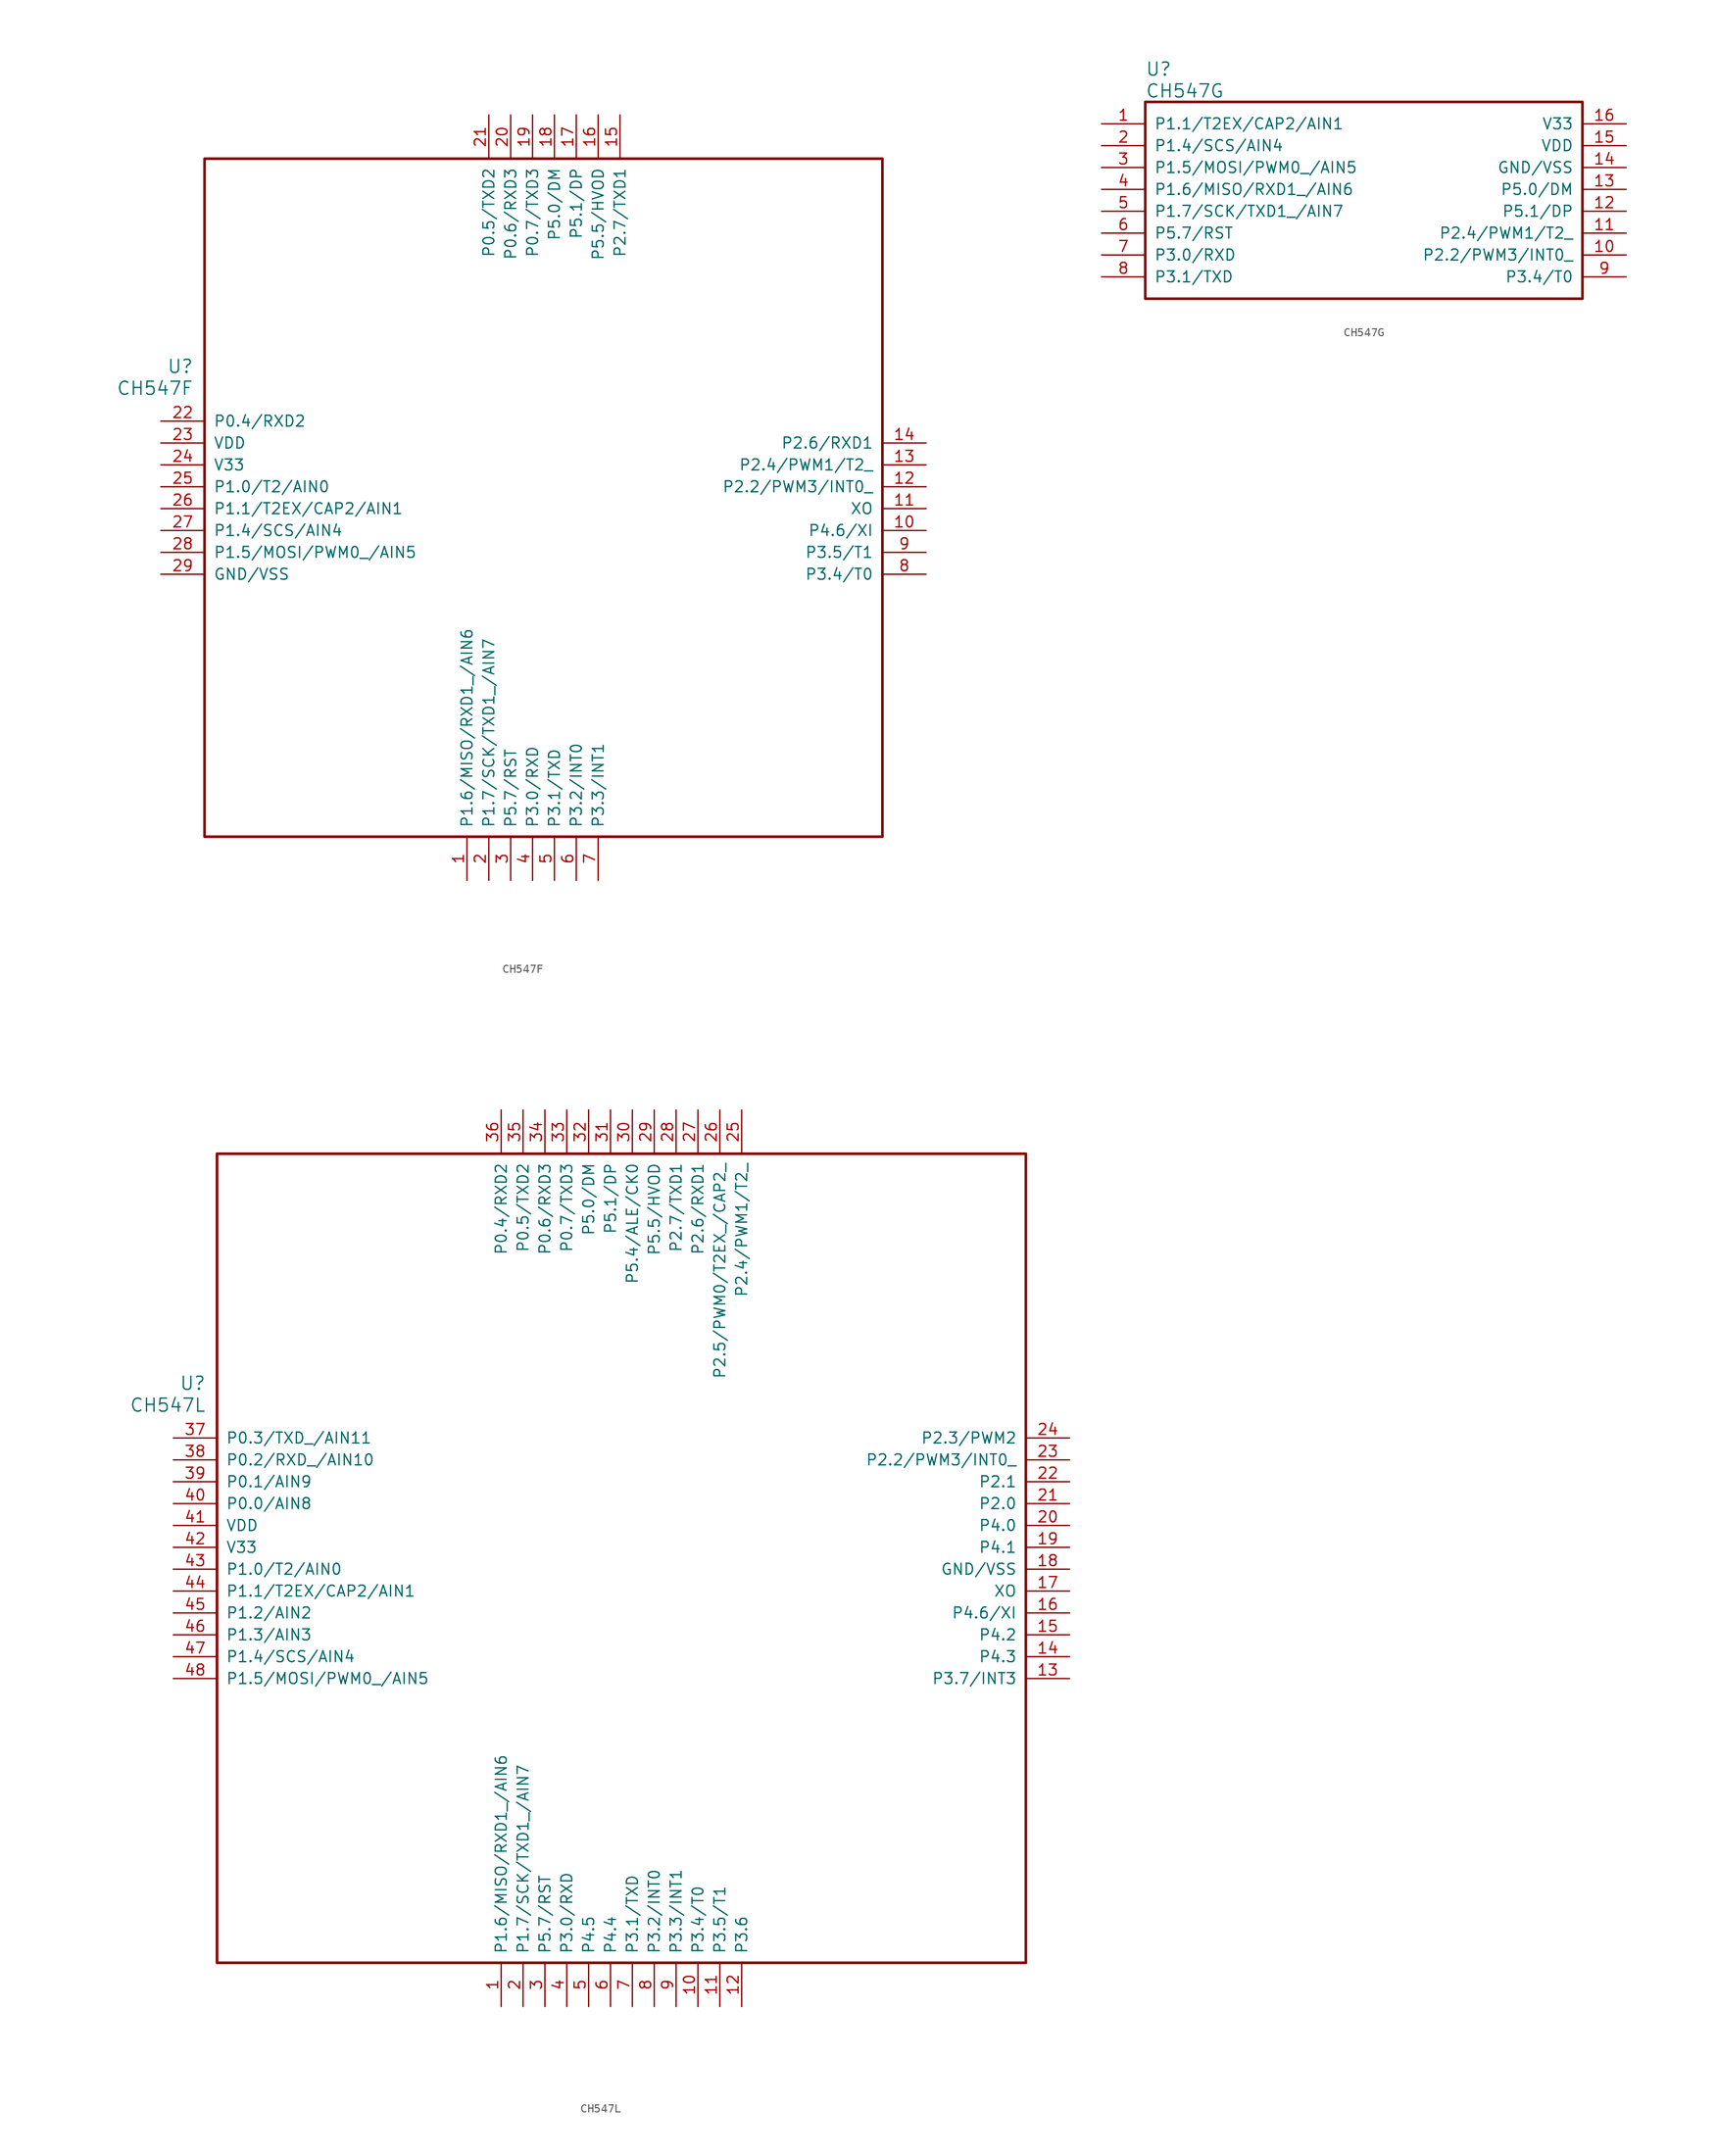
<source format=kicad_sym>
(kicad_symbol_lib
  (version 20240819)
  (generator "kicad_symbol_editor")
  (generator_version "8.99")
  (symbol "CH547F"
    (pin_names
      (offset 1.016))
    (property "Reference" "U"
      (at 3.81 6.35 0)
      (effects (font (size 1.524 1.524)) (justify right)))
    (property "Value" "CH547F"
      (at 3.81 3.81 0)
      (effects (font (size 1.524 1.524)) (justify right)))
    (property "ki_locked" ""
      (at 0 0 0)
      (effects (font (size 1.27 1.27))))
    (symbol "CH547F_1_1"
      (rectangle (start 5.08 30.48) (end 83.82 -48.26) (stroke (width 0.305) (type solid)) (fill (type none)))
      (pin bidirectional line (at 0 0 0) (length 5.08) (name "P0.4/RXD2" (effects (font (size 1.27 1.27)))) (number "22" (effects (font (size 1.27 1.27)))))
      (pin power_in line (at 0 -2.54 0) (length 5.08) (name "VDD" (effects (font (size 1.27 1.27)))) (number "23" (effects (font (size 1.27 1.27)))))
      (pin power_in line (at 0 -5.08 0) (length 5.08) (name "V33" (effects (font (size 1.27 1.27)))) (number "24" (effects (font (size 1.27 1.27)))))
      (pin bidirectional line (at 0 -7.62 0) (length 5.08) (name "P1.0/T2/AIN0" (effects (font (size 1.27 1.27)))) (number "25" (effects (font (size 1.27 1.27)))))
      (pin bidirectional line (at 0 -10.16 0) (length 5.08) (name "P1.1/T2EX/CAP2/AIN1" (effects (font (size 1.27 1.27)))) (number "26" (effects (font (size 1.27 1.27)))))
      (pin bidirectional line (at 0 -12.7 0) (length 5.08) (name "P1.4/SCS/AIN4" (effects (font (size 1.27 1.27)))) (number "27" (effects (font (size 1.27 1.27)))))
      (pin bidirectional line (at 0 -15.24 0) (length 5.08) (name "P1.5/MOSI/PWM0_/AIN5" (effects (font (size 1.27 1.27)))) (number "28" (effects (font (size 1.27 1.27)))))
      (pin power_in line (at 0 -17.78 0) (length 5.08) (name "GND/VSS" (effects (font (size 1.27 1.27)))) (number "29" (effects (font (size 1.27 1.27)))))
      (pin bidirectional line (at 35.56 -53.34 90) (length 5.08) (name "P1.6/MISO/RXD1_/AIN6" (effects (font (size 1.27 1.27)))) (number "1" (effects (font (size 1.27 1.27)))))
      (pin bidirectional line (at 38.1 35.56 270) (length 5.08) (name "P0.5/TXD2" (effects (font (size 1.27 1.27)))) (number "21" (effects (font (size 1.27 1.27)))))
      (pin bidirectional line (at 38.1 -53.34 90) (length 5.08) (name "P1.7/SCK/TXD1_/AIN7" (effects (font (size 1.27 1.27)))) (number "2" (effects (font (size 1.27 1.27)))))
      (pin bidirectional line (at 40.64 35.56 270) (length 5.08) (name "P0.6/RXD3" (effects (font (size 1.27 1.27)))) (number "20" (effects (font (size 1.27 1.27)))))
      (pin bidirectional line (at 40.64 -53.34 90) (length 5.08) (name "P5.7/RST" (effects (font (size 1.27 1.27)))) (number "3" (effects (font (size 1.27 1.27)))))
      (pin bidirectional line (at 43.18 35.56 270) (length 5.08) (name "P0.7/TXD3" (effects (font (size 1.27 1.27)))) (number "19" (effects (font (size 1.27 1.27)))))
      (pin bidirectional line (at 43.18 -53.34 90) (length 5.08) (name "P3.0/RXD" (effects (font (size 1.27 1.27)))) (number "4" (effects (font (size 1.27 1.27)))))
      (pin bidirectional line (at 45.72 35.56 270) (length 5.08) (name "P5.0/DM" (effects (font (size 1.27 1.27)))) (number "18" (effects (font (size 1.27 1.27)))))
      (pin bidirectional line (at 45.72 -53.34 90) (length 5.08) (name "P3.1/TXD" (effects (font (size 1.27 1.27)))) (number "5" (effects (font (size 1.27 1.27)))))
      (pin bidirectional line (at 48.26 35.56 270) (length 5.08) (name "P5.1/DP" (effects (font (size 1.27 1.27)))) (number "17" (effects (font (size 1.27 1.27)))))
      (pin bidirectional line (at 48.26 -53.34 90) (length 5.08) (name "P3.2/INT0" (effects (font (size 1.27 1.27)))) (number "6" (effects (font (size 1.27 1.27)))))
      (pin bidirectional line (at 50.8 35.56 270) (length 5.08) (name "P5.5/HVOD" (effects (font (size 1.27 1.27)))) (number "16" (effects (font (size 1.27 1.27)))))
      (pin bidirectional line (at 50.8 -53.34 90) (length 5.08) (name "P3.3/INT1" (effects (font (size 1.27 1.27)))) (number "7" (effects (font (size 1.27 1.27)))))
      (pin bidirectional line (at 53.34 35.56 270) (length 5.08) (name "P2.7/TXD1" (effects (font (size 1.27 1.27)))) (number "15" (effects (font (size 1.27 1.27)))))
      (pin bidirectional line (at 88.9 -2.54 180) (length 5.08) (name "P2.6/RXD1" (effects (font (size 1.27 1.27)))) (number "14" (effects (font (size 1.27 1.27)))))
      (pin bidirectional line (at 88.9 -5.08 180) (length 5.08) (name "P2.4/PWM1/T2_" (effects (font (size 1.27 1.27)))) (number "13" (effects (font (size 1.27 1.27)))))
      (pin bidirectional line (at 88.9 -7.62 180) (length 5.08) (name "P2.2/PWM3/INT0_" (effects (font (size 1.27 1.27)))) (number "12" (effects (font (size 1.27 1.27)))))
      (pin bidirectional line (at 88.9 -10.16 180) (length 5.08) (name "XO" (effects (font (size 1.27 1.27)))) (number "11" (effects (font (size 1.27 1.27)))))
      (pin bidirectional line (at 88.9 -12.7 180) (length 5.08) (name "P4.6/XI" (effects (font (size 1.27 1.27)))) (number "10" (effects (font (size 1.27 1.27)))))
      (pin bidirectional line (at 88.9 -15.24 180) (length 5.08) (name "P3.5/T1" (effects (font (size 1.27 1.27)))) (number "9" (effects (font (size 1.27 1.27)))))
      (pin bidirectional line (at 88.9 -17.78 180) (length 5.08) (name "P3.4/T0" (effects (font (size 1.27 1.27)))) (number "8" (effects (font (size 1.27 1.27)))))))
  (symbol "CH547G"
    (pin_names
      (offset 1.016))
    (property "Reference" "U"
      (at 5.08 6.35 0)
      (effects (font (size 1.524 1.524)) (justify left)))
    (property "Value" "CH547G"
      (at 5.08 3.81 0)
      (effects (font (size 1.524 1.524)) (justify left)))
    (property "ki_locked" ""
      (at 0 0 0)
      (effects (font (size 1.27 1.27))))
    (symbol "CH547G_1_1"
      (rectangle (start 5.08 2.54) (end 55.88 -20.32) (stroke (width 0.305) (type solid)) (fill (type none)))
      (pin bidirectional line (at 0 0 0) (length 5.08) (name "P1.1/T2EX/CAP2/AIN1" (effects (font (size 1.27 1.27)))) (number "1" (effects (font (size 1.27 1.27)))))
      (pin bidirectional line (at 0 -2.54 0) (length 5.08) (name "P1.4/SCS/AIN4" (effects (font (size 1.27 1.27)))) (number "2" (effects (font (size 1.27 1.27)))))
      (pin bidirectional line (at 0 -5.08 0) (length 5.08) (name "P1.5/MOSI/PWM0_/AIN5" (effects (font (size 1.27 1.27)))) (number "3" (effects (font (size 1.27 1.27)))))
      (pin bidirectional line (at 0 -7.62 0) (length 5.08) (name "P1.6/MISO/RXD1_/AIN6" (effects (font (size 1.27 1.27)))) (number "4" (effects (font (size 1.27 1.27)))))
      (pin bidirectional line (at 0 -10.16 0) (length 5.08) (name "P1.7/SCK/TXD1_/AIN7" (effects (font (size 1.27 1.27)))) (number "5" (effects (font (size 1.27 1.27)))))
      (pin bidirectional line (at 0 -12.7 0) (length 5.08) (name "P5.7/RST" (effects (font (size 1.27 1.27)))) (number "6" (effects (font (size 1.27 1.27)))))
      (pin bidirectional line (at 0 -15.24 0) (length 5.08) (name "P3.0/RXD" (effects (font (size 1.27 1.27)))) (number "7" (effects (font (size 1.27 1.27)))))
      (pin bidirectional line (at 0 -17.78 0) (length 5.08) (name "P3.1/TXD" (effects (font (size 1.27 1.27)))) (number "8" (effects (font (size 1.27 1.27)))))
      (pin power_in line (at 60.96 0 180) (length 5.08) (name "V33" (effects (font (size 1.27 1.27)))) (number "16" (effects (font (size 1.27 1.27)))))
      (pin power_in line (at 60.96 -2.54 180) (length 5.08) (name "VDD" (effects (font (size 1.27 1.27)))) (number "15" (effects (font (size 1.27 1.27)))))
      (pin power_in line (at 60.96 -5.08 180) (length 5.08) (name "GND/VSS" (effects (font (size 1.27 1.27)))) (number "14" (effects (font (size 1.27 1.27)))))
      (pin bidirectional line (at 60.96 -7.62 180) (length 5.08) (name "P5.0/DM" (effects (font (size 1.27 1.27)))) (number "13" (effects (font (size 1.27 1.27)))))
      (pin bidirectional line (at 60.96 -10.16 180) (length 5.08) (name "P5.1/DP" (effects (font (size 1.27 1.27)))) (number "12" (effects (font (size 1.27 1.27)))))
      (pin bidirectional line (at 60.96 -12.7 180) (length 5.08) (name "P2.4/PWM1/T2_" (effects (font (size 1.27 1.27)))) (number "11" (effects (font (size 1.27 1.27)))))
      (pin bidirectional line (at 60.96 -15.24 180) (length 5.08) (name "P2.2/PWM3/INT0_" (effects (font (size 1.27 1.27)))) (number "10" (effects (font (size 1.27 1.27)))))
      (pin bidirectional line (at 60.96 -17.78 180) (length 5.08) (name "P3.4/T0" (effects (font (size 1.27 1.27)))) (number "9" (effects (font (size 1.27 1.27)))))))
  (symbol "CH547L"
    (pin_names
      (offset 1.016))
    (property "Reference" "U"
      (at 3.81 6.35 0)
      (effects (font (size 1.524 1.524)) (justify right)))
    (property "Value" "CH547L"
      (at 3.81 3.81 0)
      (effects (font (size 1.524 1.524)) (justify right)))
    (property "ki_locked" ""
      (at 0 0 0)
      (effects (font (size 1.27 1.27))))
    (symbol "CH547L_1_1"
      (rectangle (start 5.08 33.02) (end 99.06 -60.96) (stroke (width 0.305) (type solid)) (fill (type none)))
      (pin bidirectional line (at 0 0 0) (length 5.08) (name "P0.3/TXD_/AIN11" (effects (font (size 1.27 1.27)))) (number "37" (effects (font (size 1.27 1.27)))))
      (pin bidirectional line (at 0 -2.54 0) (length 5.08) (name "P0.2/RXD_/AIN10" (effects (font (size 1.27 1.27)))) (number "38" (effects (font (size 1.27 1.27)))))
      (pin bidirectional line (at 0 -5.08 0) (length 5.08) (name "P0.1/AIN9" (effects (font (size 1.27 1.27)))) (number "39" (effects (font (size 1.27 1.27)))))
      (pin bidirectional line (at 0 -7.62 0) (length 5.08) (name "P0.0/AIN8" (effects (font (size 1.27 1.27)))) (number "40" (effects (font (size 1.27 1.27)))))
      (pin power_in line (at 0 -10.16 0) (length 5.08) (name "VDD" (effects (font (size 1.27 1.27)))) (number "41" (effects (font (size 1.27 1.27)))))
      (pin power_in line (at 0 -12.7 0) (length 5.08) (name "V33" (effects (font (size 1.27 1.27)))) (number "42" (effects (font (size 1.27 1.27)))))
      (pin bidirectional line (at 0 -15.24 0) (length 5.08) (name "P1.0/T2/AIN0" (effects (font (size 1.27 1.27)))) (number "43" (effects (font (size 1.27 1.27)))))
      (pin bidirectional line (at 0 -17.78 0) (length 5.08) (name "P1.1/T2EX/CAP2/AIN1" (effects (font (size 1.27 1.27)))) (number "44" (effects (font (size 1.27 1.27)))))
      (pin bidirectional line (at 0 -20.32 0) (length 5.08) (name "P1.2/AIN2" (effects (font (size 1.27 1.27)))) (number "45" (effects (font (size 1.27 1.27)))))
      (pin bidirectional line (at 0 -22.86 0) (length 5.08) (name "P1.3/AIN3" (effects (font (size 1.27 1.27)))) (number "46" (effects (font (size 1.27 1.27)))))
      (pin bidirectional line (at 0 -25.4 0) (length 5.08) (name "P1.4/SCS/AIN4" (effects (font (size 1.27 1.27)))) (number "47" (effects (font (size 1.27 1.27)))))
      (pin bidirectional line (at 0 -27.94 0) (length 5.08) (name "P1.5/MOSI/PWM0_/AIN5" (effects (font (size 1.27 1.27)))) (number "48" (effects (font (size 1.27 1.27)))))
      (pin bidirectional line (at 38.1 38.1 270) (length 5.08) (name "P0.4/RXD2" (effects (font (size 1.27 1.27)))) (number "36" (effects (font (size 1.27 1.27)))))
      (pin bidirectional line (at 38.1 -66.04 90) (length 5.08) (name "P1.6/MISO/RXD1_/AIN6" (effects (font (size 1.27 1.27)))) (number "1" (effects (font (size 1.27 1.27)))))
      (pin bidirectional line (at 40.64 38.1 270) (length 5.08) (name "P0.5/TXD2" (effects (font (size 1.27 1.27)))) (number "35" (effects (font (size 1.27 1.27)))))
      (pin bidirectional line (at 40.64 -66.04 90) (length 5.08) (name "P1.7/SCK/TXD1_/AIN7" (effects (font (size 1.27 1.27)))) (number "2" (effects (font (size 1.27 1.27)))))
      (pin bidirectional line (at 43.18 38.1 270) (length 5.08) (name "P0.6/RXD3" (effects (font (size 1.27 1.27)))) (number "34" (effects (font (size 1.27 1.27)))))
      (pin bidirectional line (at 43.18 -66.04 90) (length 5.08) (name "P5.7/RST" (effects (font (size 1.27 1.27)))) (number "3" (effects (font (size 1.27 1.27)))))
      (pin bidirectional line (at 45.72 38.1 270) (length 5.08) (name "P0.7/TXD3" (effects (font (size 1.27 1.27)))) (number "33" (effects (font (size 1.27 1.27)))))
      (pin bidirectional line (at 45.72 -66.04 90) (length 5.08) (name "P3.0/RXD" (effects (font (size 1.27 1.27)))) (number "4" (effects (font (size 1.27 1.27)))))
      (pin bidirectional line (at 48.26 38.1 270) (length 5.08) (name "P5.0/DM" (effects (font (size 1.27 1.27)))) (number "32" (effects (font (size 1.27 1.27)))))
      (pin bidirectional line (at 48.26 -66.04 90) (length 5.08) (name "P4.5" (effects (font (size 1.27 1.27)))) (number "5" (effects (font (size 1.27 1.27)))))
      (pin bidirectional line (at 50.8 38.1 270) (length 5.08) (name "P5.1/DP" (effects (font (size 1.27 1.27)))) (number "31" (effects (font (size 1.27 1.27)))))
      (pin bidirectional line (at 50.8 -66.04 90) (length 5.08) (name "P4.4" (effects (font (size 1.27 1.27)))) (number "6" (effects (font (size 1.27 1.27)))))
      (pin bidirectional line (at 53.34 38.1 270) (length 5.08) (name "P5.4/ALE/CK0" (effects (font (size 1.27 1.27)))) (number "30" (effects (font (size 1.27 1.27)))))
      (pin bidirectional line (at 53.34 -66.04 90) (length 5.08) (name "P3.1/TXD" (effects (font (size 1.27 1.27)))) (number "7" (effects (font (size 1.27 1.27)))))
      (pin bidirectional line (at 55.88 38.1 270) (length 5.08) (name "P5.5/HVOD" (effects (font (size 1.27 1.27)))) (number "29" (effects (font (size 1.27 1.27)))))
      (pin bidirectional line (at 55.88 -66.04 90) (length 5.08) (name "P3.2/INT0" (effects (font (size 1.27 1.27)))) (number "8" (effects (font (size 1.27 1.27)))))
      (pin bidirectional line (at 58.42 38.1 270) (length 5.08) (name "P2.7/TXD1" (effects (font (size 1.27 1.27)))) (number "28" (effects (font (size 1.27 1.27)))))
      (pin bidirectional line (at 58.42 -66.04 90) (length 5.08) (name "P3.3/INT1" (effects (font (size 1.27 1.27)))) (number "9" (effects (font (size 1.27 1.27)))))
      (pin bidirectional line (at 60.96 38.1 270) (length 5.08) (name "P2.6/RXD1" (effects (font (size 1.27 1.27)))) (number "27" (effects (font (size 1.27 1.27)))))
      (pin bidirectional line (at 60.96 -66.04 90) (length 5.08) (name "P3.4/T0" (effects (font (size 1.27 1.27)))) (number "10" (effects (font (size 1.27 1.27)))))
      (pin bidirectional line (at 63.5 38.1 270) (length 5.08) (name "P2.5/PWM0/T2EX_/CAP2_" (effects (font (size 1.27 1.27)))) (number "26" (effects (font (size 1.27 1.27)))))
      (pin bidirectional line (at 63.5 -66.04 90) (length 5.08) (name "P3.5/T1" (effects (font (size 1.27 1.27)))) (number "11" (effects (font (size 1.27 1.27)))))
      (pin bidirectional line (at 66.04 38.1 270) (length 5.08) (name "P2.4/PWM1/T2_" (effects (font (size 1.27 1.27)))) (number "25" (effects (font (size 1.27 1.27)))))
      (pin bidirectional line (at 66.04 -66.04 90) (length 5.08) (name "P3.6" (effects (font (size 1.27 1.27)))) (number "12" (effects (font (size 1.27 1.27)))))
      (pin bidirectional line (at 104.14 0 180) (length 5.08) (name "P2.3/PWM2" (effects (font (size 1.27 1.27)))) (number "24" (effects (font (size 1.27 1.27)))))
      (pin bidirectional line (at 104.14 -2.54 180) (length 5.08) (name "P2.2/PWM3/INT0_" (effects (font (size 1.27 1.27)))) (number "23" (effects (font (size 1.27 1.27)))))
      (pin bidirectional line (at 104.14 -5.08 180) (length 5.08) (name "P2.1" (effects (font (size 1.27 1.27)))) (number "22" (effects (font (size 1.27 1.27)))))
      (pin bidirectional line (at 104.14 -7.62 180) (length 5.08) (name "P2.0" (effects (font (size 1.27 1.27)))) (number "21" (effects (font (size 1.27 1.27)))))
      (pin bidirectional line (at 104.14 -10.16 180) (length 5.08) (name "P4.0" (effects (font (size 1.27 1.27)))) (number "20" (effects (font (size 1.27 1.27)))))
      (pin bidirectional line (at 104.14 -12.7 180) (length 5.08) (name "P4.1" (effects (font (size 1.27 1.27)))) (number "19" (effects (font (size 1.27 1.27)))))
      (pin power_in line (at 104.14 -15.24 180) (length 5.08) (name "GND/VSS" (effects (font (size 1.27 1.27)))) (number "18" (effects (font (size 1.27 1.27)))))
      (pin bidirectional line (at 104.14 -17.78 180) (length 5.08) (name "XO" (effects (font (size 1.27 1.27)))) (number "17" (effects (font (size 1.27 1.27)))))
      (pin bidirectional line (at 104.14 -20.32 180) (length 5.08) (name "P4.6/XI" (effects (font (size 1.27 1.27)))) (number "16" (effects (font (size 1.27 1.27)))))
      (pin bidirectional line (at 104.14 -22.86 180) (length 5.08) (name "P4.2" (effects (font (size 1.27 1.27)))) (number "15" (effects (font (size 1.27 1.27)))))
      (pin bidirectional line (at 104.14 -25.4 180) (length 5.08) (name "P4.3" (effects (font (size 1.27 1.27)))) (number "14" (effects (font (size 1.27 1.27)))))
      (pin bidirectional line (at 104.14 -27.94 180) (length 5.08) (name "P3.7/INT3" (effects (font (size 1.27 1.27)))) (number "13" (effects (font (size 1.27 1.27))))))))
</source>
